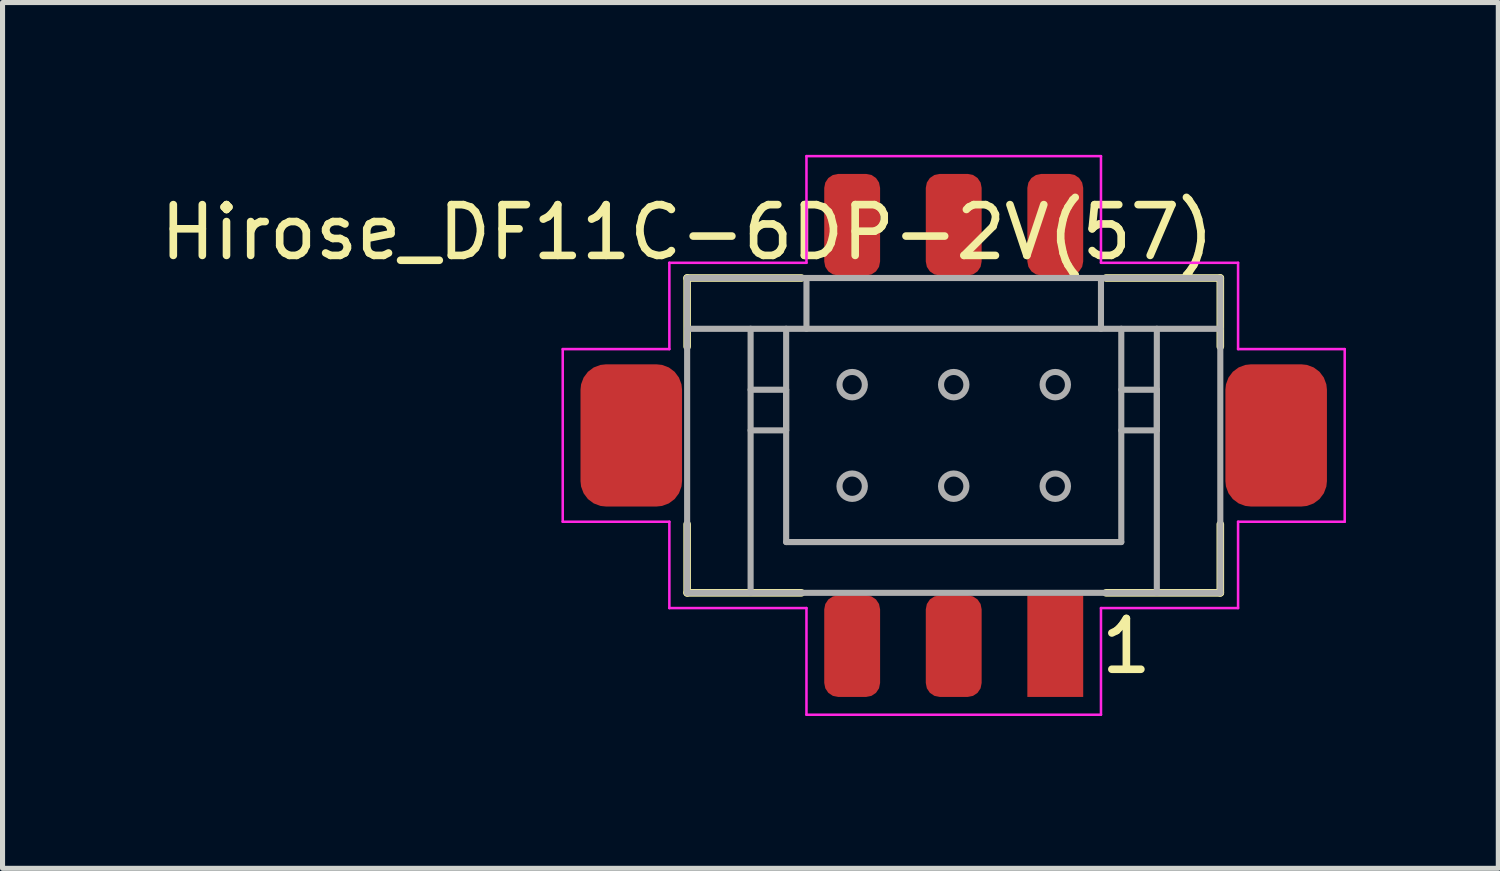
<source format=kicad_pcb>
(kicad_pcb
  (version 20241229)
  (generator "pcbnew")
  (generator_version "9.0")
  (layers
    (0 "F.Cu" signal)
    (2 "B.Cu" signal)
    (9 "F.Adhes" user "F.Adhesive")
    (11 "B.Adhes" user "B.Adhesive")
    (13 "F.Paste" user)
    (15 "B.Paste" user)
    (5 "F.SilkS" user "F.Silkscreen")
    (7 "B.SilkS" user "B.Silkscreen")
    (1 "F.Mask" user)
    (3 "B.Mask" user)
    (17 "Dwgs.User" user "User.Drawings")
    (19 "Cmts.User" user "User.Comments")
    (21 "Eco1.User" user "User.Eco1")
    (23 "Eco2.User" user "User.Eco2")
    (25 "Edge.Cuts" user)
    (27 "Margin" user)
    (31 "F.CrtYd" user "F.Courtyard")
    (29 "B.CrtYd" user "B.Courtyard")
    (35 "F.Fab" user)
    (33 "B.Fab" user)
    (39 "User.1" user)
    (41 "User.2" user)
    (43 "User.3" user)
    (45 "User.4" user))
  (footprint "Hirose_DF11C-6DP-2V(57)"
    (layer "F.Cu")
    (at 15.732 5.525)
    (property "Reference" "Hirose_DF11C-6DP-2V(57)" (at -5.25 -4 0) (layer "F.SilkS") (effects (font (size 1 1) (thickness 0.15))))
    (attr smd)
    (fp_line (start -5.25 -3.1) (end -5.25 -1.75) (stroke (width 0.15) (type solid)) (layer "F.SilkS"))
    (fp_line (start -5.25 -3.1) (end -3 -3.1) (stroke (width 0.15) (type solid)) (layer "F.SilkS"))
    (fp_line (start -5.25 1.75) (end -5.25 3.1) (stroke (width 0.15) (type solid)) (layer "F.SilkS"))
    (fp_line (start -5.25 3.1) (end -3 3.1) (stroke (width 0.15) (type solid)) (layer "F.SilkS"))
    (fp_line (start 3 -3.1) (end 5.25 -3.1) (stroke (width 0.15) (type solid)) (layer "F.SilkS"))
    (fp_line (start 3 3.1) (end 5.25 3.1) (stroke (width 0.15) (type solid)) (layer "F.SilkS"))
    (fp_line (start 5.25 -3.1) (end 5.25 -1.75) (stroke (width 0.15) (type solid)) (layer "F.SilkS"))
    (fp_line (start 5.25 3.1) (end 5.25 1.75) (stroke (width 0.15) (type solid)) (layer "F.SilkS"))
    (fp_line (start -7.7 -1.7) (end -5.6 -1.7) (stroke (width 0.05) (type solid)) (layer "F.CrtYd"))
    (fp_line (start -7.7 1.7) (end -7.7 -1.7) (stroke (width 0.05) (type solid)) (layer "F.CrtYd"))
    (fp_line (start -5.6 -3.4) (end -2.9 -3.4) (stroke (width 0.05) (type solid)) (layer "F.CrtYd"))
    (fp_line (start -5.6 -1.7) (end -5.6 -3.4) (stroke (width 0.05) (type solid)) (layer "F.CrtYd"))
    (fp_line (start -5.6 1.7) (end -7.7 1.7) (stroke (width 0.05) (type solid)) (layer "F.CrtYd"))
    (fp_line (start -5.6 3.4) (end -5.6 1.7) (stroke (width 0.05) (type solid)) (layer "F.CrtYd"))
    (fp_line (start -2.9 -5.5) (end 2.9 -5.5) (stroke (width 0.05) (type solid)) (layer "F.CrtYd"))
    (fp_line (start -2.9 -3.4) (end -2.9 -5.5) (stroke (width 0.05) (type solid)) (layer "F.CrtYd"))
    (fp_line (start -2.9 3.4) (end -5.6 3.4) (stroke (width 0.05) (type solid)) (layer "F.CrtYd"))
    (fp_line (start -2.9 5.5) (end -2.9 3.4) (stroke (width 0.05) (type solid)) (layer "F.CrtYd"))
    (fp_line (start 2.9 -5.5) (end 2.9 -3.4) (stroke (width 0.05) (type solid)) (layer "F.CrtYd"))
    (fp_line (start 2.9 -3.4) (end 5.6 -3.4) (stroke (width 0.05) (type solid)) (layer "F.CrtYd"))
    (fp_line (start 2.9 3.4) (end 2.9 5.5) (stroke (width 0.05) (type solid)) (layer "F.CrtYd"))
    (fp_line (start 2.9 5.5) (end -2.9 5.5) (stroke (width 0.05) (type solid)) (layer "F.CrtYd"))
    (fp_line (start 5.6 -3.4) (end 5.6 -1.7) (stroke (width 0.05) (type solid)) (layer "F.CrtYd"))
    (fp_line (start 5.6 -1.7) (end 7.7 -1.7) (stroke (width 0.05) (type solid)) (layer "F.CrtYd"))
    (fp_line (start 5.6 1.7) (end 5.6 3.4) (stroke (width 0.05) (type solid)) (layer "F.CrtYd"))
    (fp_line (start 5.6 3.4) (end 2.9 3.4) (stroke (width 0.05) (type solid)) (layer "F.CrtYd"))
    (fp_line (start 7.7 -1.7) (end 7.7 1.7) (stroke (width 0.05) (type solid)) (layer "F.CrtYd"))
    (fp_line (start 7.7 1.7) (end 5.6 1.7) (stroke (width 0.05) (type solid)) (layer "F.CrtYd"))
    (fp_line (start -5.25 -3.1) (end 5.25 -3.1) (stroke (width 0.12) (type solid)) (layer "F.Fab"))
    (fp_line (start -5.25 -2.1) (end 5.25 -2.1) (stroke (width 0.12) (type solid)) (layer "F.Fab"))
    (fp_line (start -5.25 3.1) (end -5.25 -3.1) (stroke (width 0.12) (type solid)) (layer "F.Fab"))
    (fp_line (start -4 -2.1) (end -4 3.1) (stroke (width 0.12) (type solid)) (layer "F.Fab"))
    (fp_line (start -4 -0.9) (end -3.3 -0.9) (stroke (width 0.12) (type solid)) (layer "F.Fab"))
    (fp_line (start -3.3 -0.9) (end -3.3 -0.1) (stroke (width 0.12) (type solid)) (layer "F.Fab"))
    (fp_line (start -3.3 -0.1) (end -4 -0.1) (stroke (width 0.12) (type solid)) (layer "F.Fab"))
    (fp_line (start -3.3 2.1) (end -3.3 -2.1) (stroke (width 0.12) (type solid)) (layer "F.Fab"))
    (fp_line (start -2.9 -3.1) (end -2.9 -2.1) (stroke (width 0.12) (type solid)) (layer "F.Fab"))
    (fp_line (start 2.9 -3.1) (end 2.9 -2.1) (stroke (width 0.12) (type solid)) (layer "F.Fab"))
    (fp_line (start 3.3 -2.1) (end 3.3 2.1) (stroke (width 0.12) (type solid)) (layer "F.Fab"))
    (fp_line (start 3.3 -0.9) (end 4 -0.9) (stroke (width 0.12) (type solid)) (layer "F.Fab"))
    (fp_line (start 3.3 2.1) (end -3.3 2.1) (stroke (width 0.12) (type solid)) (layer "F.Fab"))
    (fp_line (start 4 -2.1) (end 4 3.1) (stroke (width 0.12) (type solid)) (layer "F.Fab"))
    (fp_line (start 4 -0.9) (end 4 -0.1) (stroke (width 0.12) (type solid)) (layer "F.Fab"))
    (fp_line (start 4 -0.1) (end 3.3 -0.1) (stroke (width 0.12) (type solid)) (layer "F.Fab"))
    (fp_line (start 5.25 -3.1) (end 5.25 3.1) (stroke (width 0.12) (type solid)) (layer "F.Fab"))
    (fp_line (start 5.25 3.1) (end -5.25 3.1) (stroke (width 0.12) (type solid)) (layer "F.Fab"))
    (fp_circle (center -2 -1) (end -1.75 -1) (stroke (width 0.12) (type solid)) (fill no) (layer "F.Fab"))
    (fp_circle (center -2 1) (end -2 0.75) (stroke (width 0.12) (type solid)) (fill no) (layer "F.Fab"))
    (fp_circle (center 0 -1) (end 0.25 -1) (stroke (width 0.12) (type solid)) (fill no) (layer "F.Fab"))
    (fp_circle (center 0 1) (end 0 0.75) (stroke (width 0.12) (type solid)) (fill no) (layer "F.Fab"))
    (fp_circle (center 2 -1) (end 2 -0.75) (stroke (width 0.12) (type solid)) (fill no) (layer "F.Fab"))
    (fp_circle (center 2 1) (end 1.75 1) (stroke (width 0.12) (type solid)) (fill no) (layer "F.Fab"))
    (fp_text user "1" (at 3.4 4.15 0) (layer "F.SilkS") (effects (font (size 1 1) (thickness 0.15))))
    (pad "1" smd rect (at 2 4.15) (size 1.1 2) (layers "F.Cu" "F.Mask" "F.Paste"))
    (pad "2" smd roundrect (at 2 -4.15) (size 1.1 2) (layers "F.Cu" "F.Mask" "F.Paste") (roundrect_rratio 0.25))
    (pad "3" smd roundrect (at 0 4.15) (size 1.1 2) (layers "F.Cu" "F.Mask" "F.Paste") (roundrect_rratio 0.25))
    (pad "4" smd roundrect (at 0 -4.15) (size 1.1 2) (layers "F.Cu" "F.Mask" "F.Paste") (roundrect_rratio 0.25))
    (pad "5" smd roundrect (at -2 4.15) (size 1.1 2) (layers "F.Cu" "F.Mask" "F.Paste") (roundrect_rratio 0.25))
    (pad "6" smd roundrect (at -2 -4.15) (size 1.1 2) (layers "F.Cu" "F.Mask" "F.Paste") (roundrect_rratio 0.25))
    (pad "MP" smd roundrect (at -6.35 0) (size 2 2.8) (layers "F.Cu" "F.Mask" "F.Paste") (roundrect_rratio 0.25))
    (pad "MP" smd roundrect (at 6.35 0) (size 2 2.8) (layers "F.Cu" "F.Mask" "F.Paste") (roundrect_rratio 0.25)))
  (gr_rect
    (start -3 -3)
    (end 26.457 14.05)
    (stroke (width 0.1) (type default))
    (fill no)
    (layer "Edge.Cuts")))
</source>
